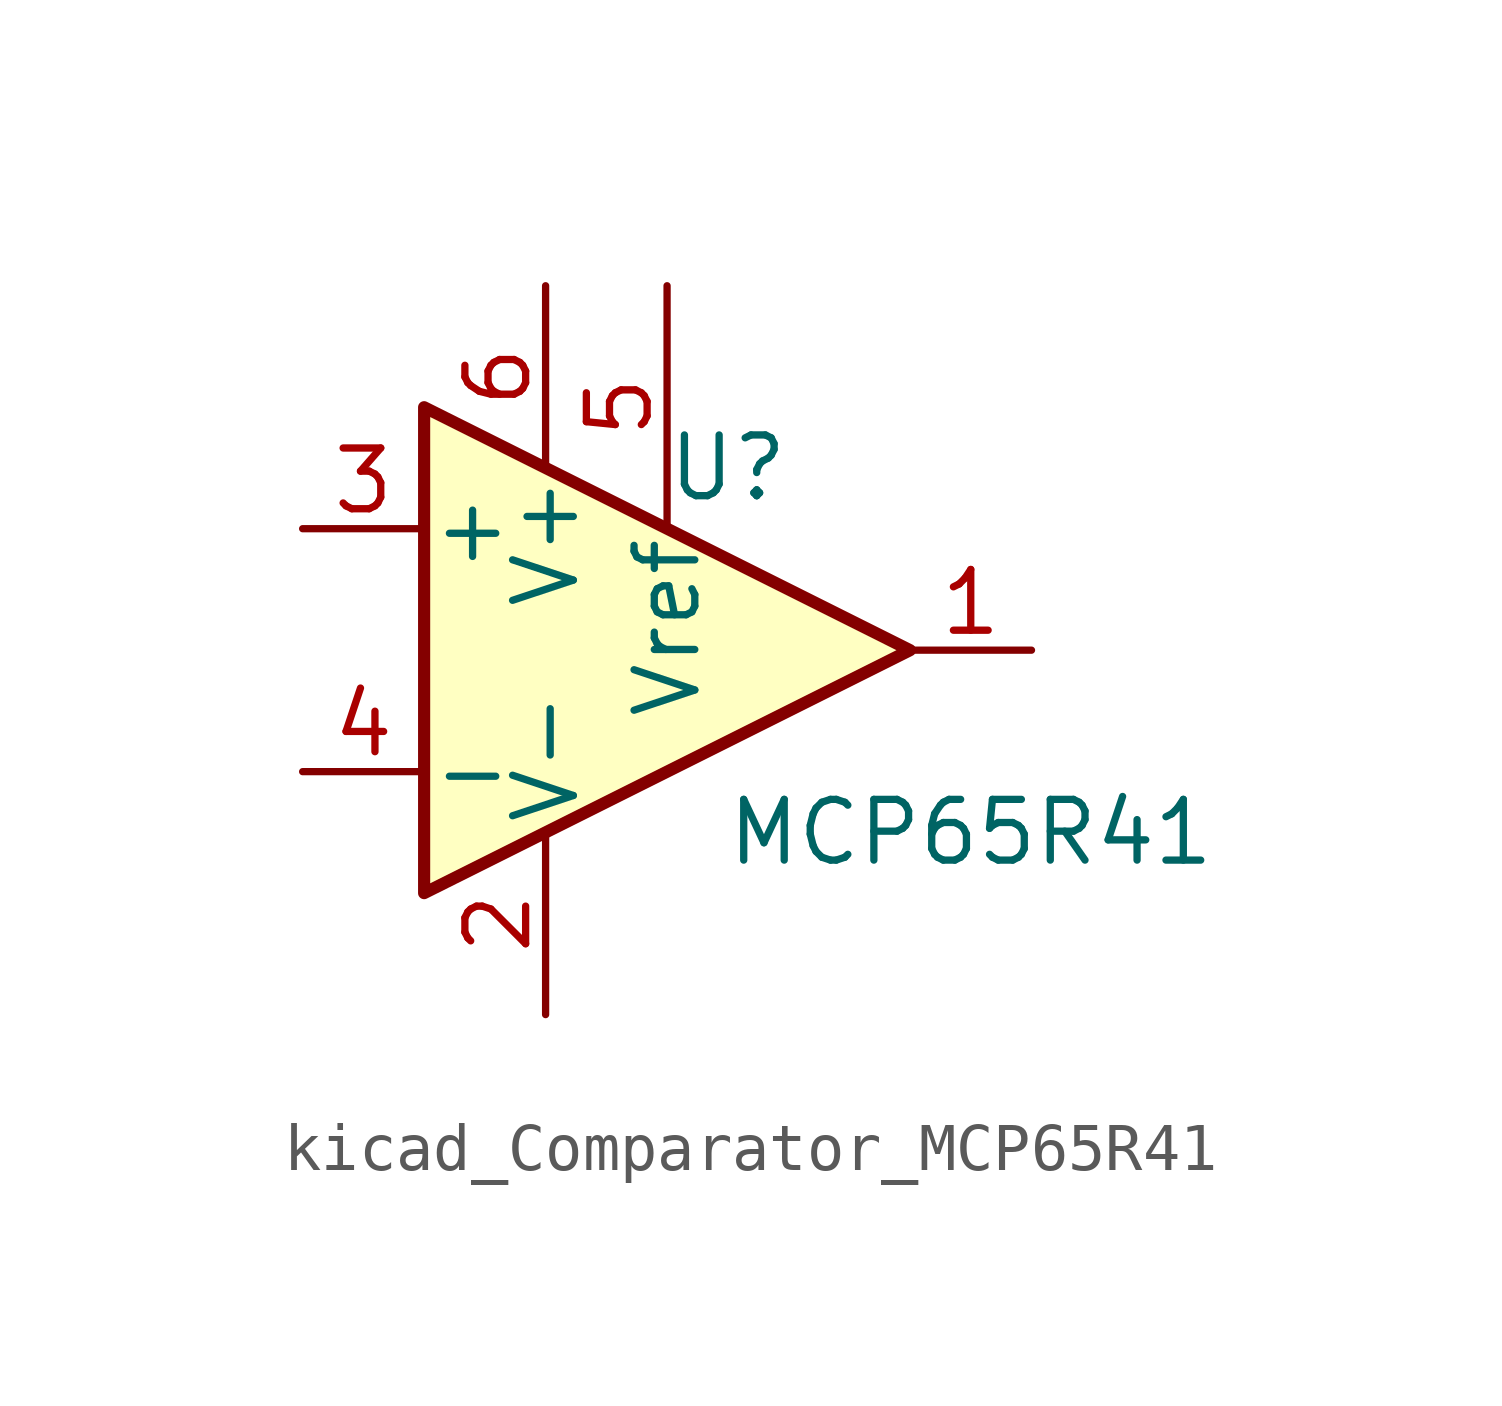
<source format=kicad_sym>
(kicad_symbol_lib
  (version 20220914)
  (generator kicad_symbol_editor)
  (symbol "kicad_Comparator_MCP65R41"
    (pin_names
      (offset 0.127))
    (property "Reference" "U"
      (at 1.27 3.81 0)
      (effects (font (size 1.27 1.27))))
    (property "Value" "MCP65R41"
      (at 6.35 -3.81 0)
      (effects (font (size 1.27 1.27))))
    (symbol "kicad_Comparator_MCP65R41_0_1"
      (polyline (pts (xy -5.08 5.08) (xy -5.08 -5.08) (xy 5.08 0) (xy -5.08 5.08)) (stroke (width 0.254) (type default)) (fill (type background))))
    (symbol "kicad_Comparator_MCP65R41_1_1"
      (pin output line (at 7.62 0 180) (length 2.54) (name "~" (effects (font (size 1.27 1.27)))) (number "1" (effects (font (size 1.27 1.27)))))
      (pin power_in line (at -2.54 -7.62 90) (length 3.81) (name "V-" (effects (font (size 1.27 1.27)))) (number "2" (effects (font (size 1.27 1.27)))))
      (pin input line (at -7.62 2.54 0) (length 2.54) (name "+" (effects (font (size 1.27 1.27)))) (number "3" (effects (font (size 1.27 1.27)))))
      (pin input line (at -7.62 -2.54 0) (length 2.54) (name "-" (effects (font (size 1.27 1.27)))) (number "4" (effects (font (size 1.27 1.27)))))
      (pin power_out line (at 0 7.62 270) (length 5.08) (name "Vref" (effects (font (size 1.27 1.27)))) (number "5" (effects (font (size 1.27 1.27)))))
      (pin power_in line (at -2.54 7.62 270) (length 3.81) (name "V+" (effects (font (size 1.27 1.27)))) (number "6" (effects (font (size 1.27 1.27))))))))
</source>
